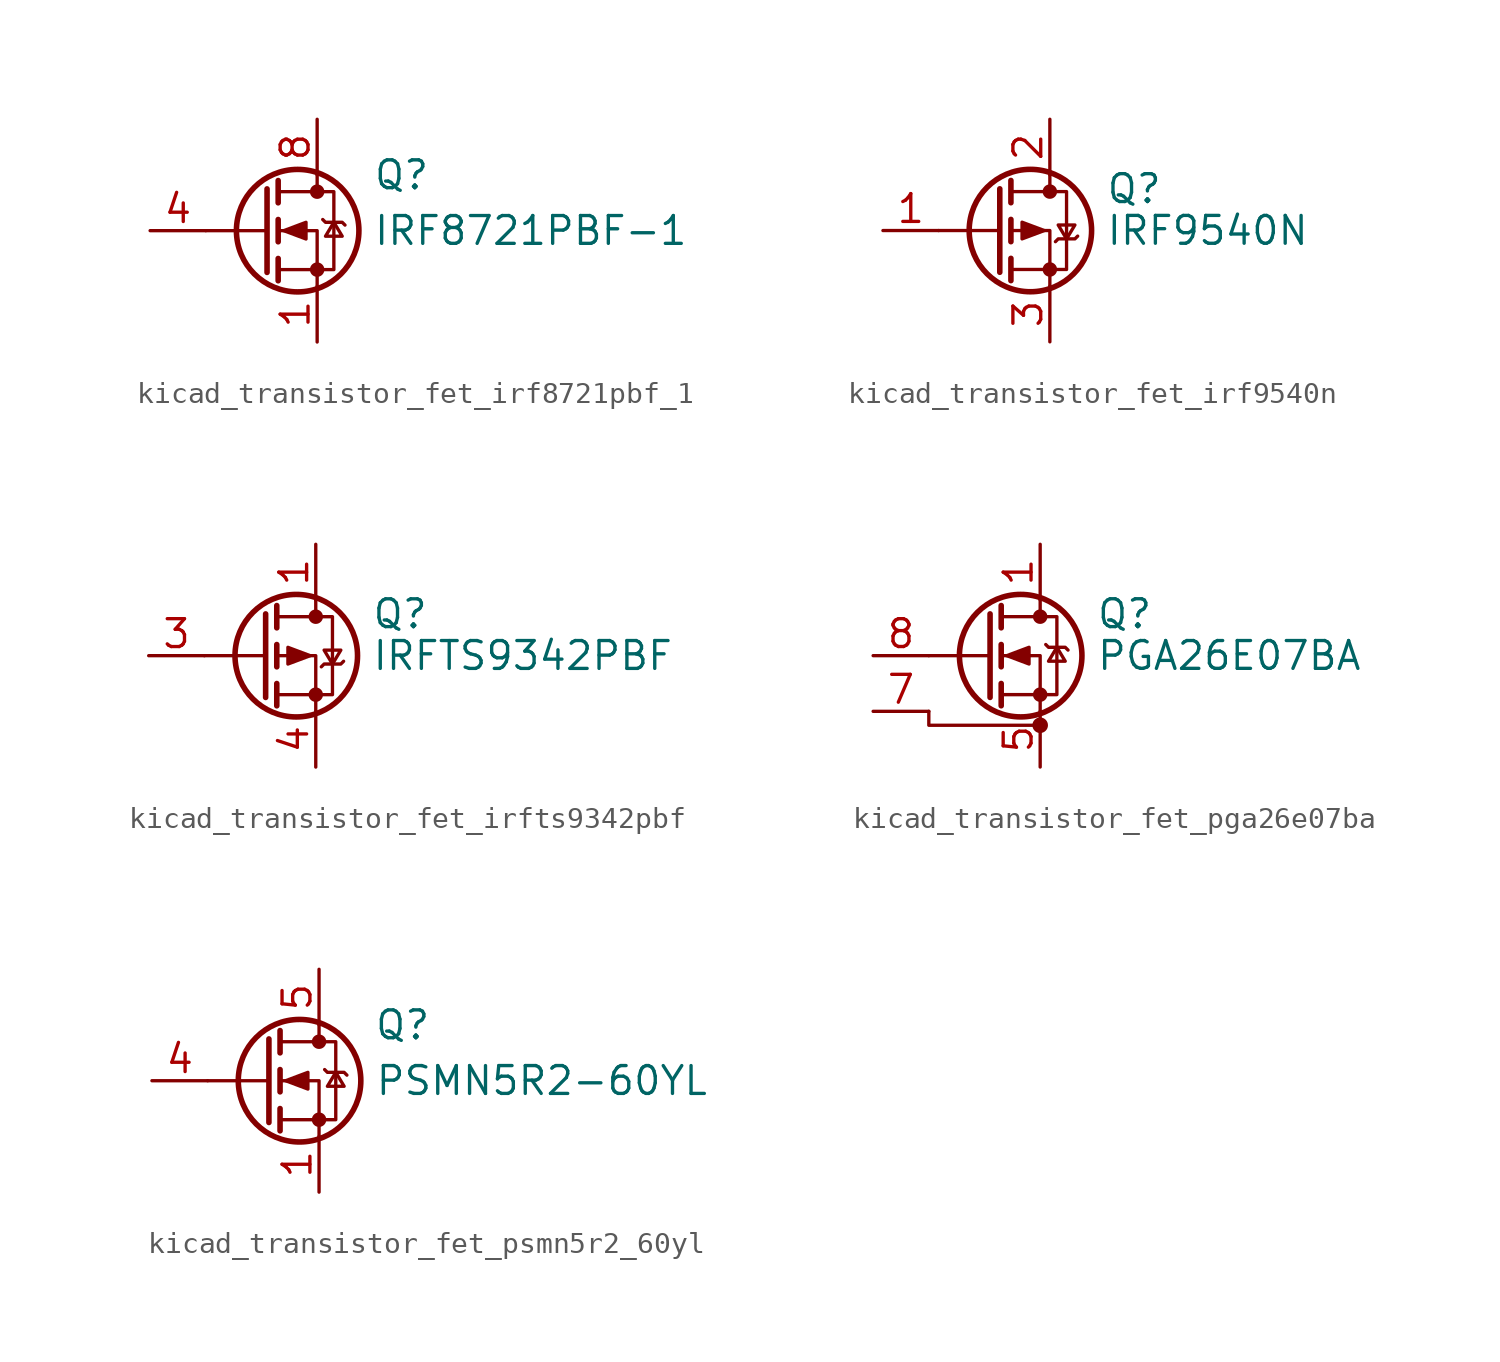
<source format=kicad_sym>
(kicad_symbol_lib
  (version 20220914)
  (generator kicad_symbol_editor)
  (symbol "kicad_transistor_fet_irf8721pbf_1"
    (pin_names hide)
    (property "Reference" "Q"
      (at 5.08 2.54 0)
      (effects (font (size 1.27 1.27)) (justify left)))
    (property "Value" "IRF8721PBF-1"
      (at 5.08 0 0)
      (effects (font (size 1.27 1.27)) (justify left)))
    (symbol "kicad_transistor_fet_irf8721pbf_1_0_1"
      (polyline (pts (xy 0.254 0) (xy -2.54 0)) (stroke (width 0) (type default)) (fill (type none)))
      (polyline (pts (xy 0.254 1.905) (xy 0.254 -1.905)) (stroke (width 0.254) (type default)) (fill (type none)))
      (polyline (pts (xy 0.762 -1.27) (xy 0.762 -2.286)) (stroke (width 0.254) (type default)) (fill (type none)))
      (polyline (pts (xy 0.762 0.508) (xy 0.762 -0.508)) (stroke (width 0.254) (type default)) (fill (type none)))
      (polyline (pts (xy 0.762 2.286) (xy 0.762 1.27)) (stroke (width 0.254) (type default)) (fill (type none)))
      (polyline (pts (xy 2.54 2.54) (xy 2.54 1.778)) (stroke (width 0) (type default)) (fill (type none)))
      (polyline (pts (xy 2.54 -2.54) (xy 2.54 0) (xy 0.762 0)) (stroke (width 0) (type default)) (fill (type none)))
      (polyline (pts (xy 0.762 -1.778) (xy 3.302 -1.778) (xy 3.302 1.778) (xy 0.762 1.778)) (stroke (width 0) (type default)) (fill (type none)))
      (polyline (pts (xy 1.016 0) (xy 2.032 0.381) (xy 2.032 -0.381) (xy 1.016 0)) (stroke (width 0) (type default)) (fill (type outline)))
      (polyline (pts (xy 2.794 0.508) (xy 2.921 0.381) (xy 3.683 0.381) (xy 3.81 0.254)) (stroke (width 0) (type default)) (fill (type none)))
      (polyline (pts (xy 3.302 0.381) (xy 2.921 -0.254) (xy 3.683 -0.254) (xy 3.302 0.381)) (stroke (width 0) (type default)) (fill (type none)))
      (circle (center 1.651 0) (radius 2.794) (stroke (width 0.254) (type default)) (fill (type none)))
      (circle (center 2.54 -1.778) (radius 0.254) (stroke (width 0) (type default)) (fill (type outline)))
      (circle (center 2.54 1.778) (radius 0.254) (stroke (width 0) (type default)) (fill (type outline))))
    (symbol "kicad_transistor_fet_irf8721pbf_1_1_1"
      (pin passive line (at 2.54 -5.08 90) (length 2.54) (name "S" (effects (font (size 1.27 1.27)))) (number "1" (effects (font (size 1.27 1.27)))))
      (pin passive line (at 2.54 -5.08 90) (length 2.54) hide (name "S" (effects (font (size 1.27 1.27)))) (number "2" (effects (font (size 1.27 1.27)))))
      (pin passive line (at 2.54 -5.08 90) (length 2.54) hide (name "S" (effects (font (size 1.27 1.27)))) (number "3" (effects (font (size 1.27 1.27)))))
      (pin input line (at -5.08 0 0) (length 2.54) (name "G" (effects (font (size 1.27 1.27)))) (number "4" (effects (font (size 1.27 1.27)))))
      (pin passive line (at 2.54 5.08 270) (length 2.54) hide (name "D" (effects (font (size 1.27 1.27)))) (number "5" (effects (font (size 1.27 1.27)))))
      (pin passive line (at 2.54 5.08 270) (length 2.54) hide (name "D" (effects (font (size 1.27 1.27)))) (number "6" (effects (font (size 1.27 1.27)))))
      (pin passive line (at 2.54 5.08 270) (length 2.54) hide (name "D" (effects (font (size 1.27 1.27)))) (number "7" (effects (font (size 1.27 1.27)))))
      (pin passive line (at 2.54 5.08 270) (length 2.54) (name "D" (effects (font (size 1.27 1.27)))) (number "8" (effects (font (size 1.27 1.27)))))))
  (symbol "kicad_transistor_fet_irf9540n"
    (pin_names hide)
    (property "Reference" "Q"
      (at 5.08 1.905 0)
      (effects (font (size 1.27 1.27)) (justify left)))
    (property "Value" "IRF9540N"
      (at 5.08 0 0)
      (effects (font (size 1.27 1.27)) (justify left)))
    (symbol "kicad_transistor_fet_irf9540n_0_1"
      (polyline (pts (xy 0.254 0) (xy -2.54 0)) (stroke (width 0) (type default)) (fill (type none)))
      (polyline (pts (xy 0.254 1.905) (xy 0.254 -1.905)) (stroke (width 0.254) (type default)) (fill (type none)))
      (polyline (pts (xy 0.762 -1.27) (xy 0.762 -2.286)) (stroke (width 0.254) (type default)) (fill (type none)))
      (polyline (pts (xy 0.762 0.508) (xy 0.762 -0.508)) (stroke (width 0.254) (type default)) (fill (type none)))
      (polyline (pts (xy 0.762 2.286) (xy 0.762 1.27)) (stroke (width 0.254) (type default)) (fill (type none)))
      (polyline (pts (xy 2.54 2.54) (xy 2.54 1.778)) (stroke (width 0) (type default)) (fill (type none)))
      (polyline (pts (xy 2.54 -2.54) (xy 2.54 0) (xy 0.762 0)) (stroke (width 0) (type default)) (fill (type none)))
      (polyline (pts (xy 0.762 1.778) (xy 3.302 1.778) (xy 3.302 -1.778) (xy 0.762 -1.778)) (stroke (width 0) (type default)) (fill (type none)))
      (polyline (pts (xy 2.286 0) (xy 1.27 0.381) (xy 1.27 -0.381) (xy 2.286 0)) (stroke (width 0) (type default)) (fill (type outline)))
      (polyline (pts (xy 2.794 -0.508) (xy 2.921 -0.381) (xy 3.683 -0.381) (xy 3.81 -0.254)) (stroke (width 0) (type default)) (fill (type none)))
      (polyline (pts (xy 3.302 -0.381) (xy 2.921 0.254) (xy 3.683 0.254) (xy 3.302 -0.381)) (stroke (width 0) (type default)) (fill (type none)))
      (circle (center 1.651 0) (radius 2.794) (stroke (width 0.254) (type default)) (fill (type none)))
      (circle (center 2.54 -1.778) (radius 0.254) (stroke (width 0) (type default)) (fill (type outline)))
      (circle (center 2.54 1.778) (radius 0.254) (stroke (width 0) (type default)) (fill (type outline))))
    (symbol "kicad_transistor_fet_irf9540n_1_1"
      (pin input line (at -5.08 0 0) (length 2.54) (name "G" (effects (font (size 1.27 1.27)))) (number "1" (effects (font (size 1.27 1.27)))))
      (pin passive line (at 2.54 5.08 270) (length 2.54) (name "D" (effects (font (size 1.27 1.27)))) (number "2" (effects (font (size 1.27 1.27)))))
      (pin passive line (at 2.54 -5.08 90) (length 2.54) (name "S" (effects (font (size 1.27 1.27)))) (number "3" (effects (font (size 1.27 1.27)))))))
  (symbol "kicad_transistor_fet_irfts9342pbf"
    (pin_names hide)
    (property "Reference" "Q"
      (at 5.08 1.905 0)
      (effects (font (size 1.27 1.27)) (justify left)))
    (property "Value" "IRFTS9342PBF"
      (at 5.08 0 0)
      (effects (font (size 1.27 1.27)) (justify left)))
    (symbol "kicad_transistor_fet_irfts9342pbf_0_1"
      (polyline (pts (xy 0.254 0) (xy -2.54 0)) (stroke (width 0) (type default)) (fill (type none)))
      (polyline (pts (xy 0.254 1.905) (xy 0.254 -1.905)) (stroke (width 0.254) (type default)) (fill (type none)))
      (polyline (pts (xy 0.762 -1.27) (xy 0.762 -2.286)) (stroke (width 0.254) (type default)) (fill (type none)))
      (polyline (pts (xy 0.762 0.508) (xy 0.762 -0.508)) (stroke (width 0.254) (type default)) (fill (type none)))
      (polyline (pts (xy 0.762 2.286) (xy 0.762 1.27)) (stroke (width 0.254) (type default)) (fill (type none)))
      (polyline (pts (xy 2.54 2.54) (xy 2.54 1.778)) (stroke (width 0) (type default)) (fill (type none)))
      (polyline (pts (xy 2.54 -2.54) (xy 2.54 0) (xy 0.762 0)) (stroke (width 0) (type default)) (fill (type none)))
      (polyline (pts (xy 0.762 1.778) (xy 3.302 1.778) (xy 3.302 -1.778) (xy 0.762 -1.778)) (stroke (width 0) (type default)) (fill (type none)))
      (polyline (pts (xy 2.286 0) (xy 1.27 0.381) (xy 1.27 -0.381) (xy 2.286 0)) (stroke (width 0) (type default)) (fill (type outline)))
      (polyline (pts (xy 2.794 -0.508) (xy 2.921 -0.381) (xy 3.683 -0.381) (xy 3.81 -0.254)) (stroke (width 0) (type default)) (fill (type none)))
      (polyline (pts (xy 3.302 -0.381) (xy 2.921 0.254) (xy 3.683 0.254) (xy 3.302 -0.381)) (stroke (width 0) (type default)) (fill (type none)))
      (circle (center 1.651 0) (radius 2.794) (stroke (width 0.254) (type default)) (fill (type none)))
      (circle (center 2.54 -1.778) (radius 0.254) (stroke (width 0) (type default)) (fill (type outline)))
      (circle (center 2.54 1.778) (radius 0.254) (stroke (width 0) (type default)) (fill (type outline))))
    (symbol "kicad_transistor_fet_irfts9342pbf_1_1"
      (pin passive line (at 2.54 5.08 270) (length 2.54) (name "D" (effects (font (size 1.27 1.27)))) (number "1" (effects (font (size 1.27 1.27)))))
      (pin passive line (at 2.54 5.08 270) (length 2.54) hide (name "D" (effects (font (size 1.27 1.27)))) (number "2" (effects (font (size 1.27 1.27)))))
      (pin input line (at -5.08 0 0) (length 2.54) (name "G" (effects (font (size 1.27 1.27)))) (number "3" (effects (font (size 1.27 1.27)))))
      (pin passive line (at 2.54 -5.08 90) (length 2.54) (name "S" (effects (font (size 1.27 1.27)))) (number "4" (effects (font (size 1.27 1.27)))))
      (pin passive line (at 2.54 5.08 270) (length 2.54) hide (name "D" (effects (font (size 1.27 1.27)))) (number "5" (effects (font (size 1.27 1.27)))))
      (pin passive line (at 2.54 5.08 270) (length 2.54) hide (name "D" (effects (font (size 1.27 1.27)))) (number "6" (effects (font (size 1.27 1.27)))))))
  (symbol "kicad_transistor_fet_pga26e07ba"
    (pin_names hide)
    (property "Reference" "Q"
      (at 5.08 1.905 0)
      (effects (font (size 1.27 1.27)) (justify left)))
    (property "Value" "PGA26E07BA"
      (at 5.08 0 0)
      (effects (font (size 1.27 1.27)) (justify left)))
    (symbol "kicad_transistor_fet_pga26e07ba_0_1"
      (polyline (pts (xy 0.254 0) (xy -2.54 0)) (stroke (width 0) (type default)) (fill (type none)))
      (polyline (pts (xy 0.254 1.905) (xy 0.254 -1.905)) (stroke (width 0.254) (type default)) (fill (type none)))
      (polyline (pts (xy 0.762 -1.27) (xy 0.762 -2.286)) (stroke (width 0.254) (type default)) (fill (type none)))
      (polyline (pts (xy 0.762 0.508) (xy 0.762 -0.508)) (stroke (width 0.254) (type default)) (fill (type none)))
      (polyline (pts (xy 0.762 2.286) (xy 0.762 1.27)) (stroke (width 0.254) (type default)) (fill (type none)))
      (polyline (pts (xy 2.54 2.54) (xy 2.54 1.778)) (stroke (width 0) (type default)) (fill (type none)))
      (polyline (pts (xy -2.54 -2.54) (xy -2.54 -3.175) (xy 2.54 -3.175)) (stroke (width 0) (type default)) (fill (type none)))
      (polyline (pts (xy 2.54 -2.54) (xy 2.54 0) (xy 0.762 0)) (stroke (width 0) (type default)) (fill (type none)))
      (polyline (pts (xy 0.762 -1.778) (xy 3.302 -1.778) (xy 3.302 1.778) (xy 0.762 1.778)) (stroke (width 0) (type default)) (fill (type none)))
      (polyline (pts (xy 1.016 0) (xy 2.032 0.381) (xy 2.032 -0.381) (xy 1.016 0)) (stroke (width 0) (type default)) (fill (type outline)))
      (polyline (pts (xy 2.794 0.508) (xy 2.921 0.381) (xy 3.683 0.381) (xy 3.81 0.254)) (stroke (width 0) (type default)) (fill (type none)))
      (polyline (pts (xy 3.302 0.381) (xy 2.921 -0.254) (xy 3.683 -0.254) (xy 3.302 0.381)) (stroke (width 0) (type default)) (fill (type none)))
      (circle (center 1.651 0) (radius 2.794) (stroke (width 0.254) (type default)) (fill (type none)))
      (circle (center 2.54 -3.175) (radius 0.279) (stroke (width 0) (type default)) (fill (type outline)))
      (circle (center 2.54 -1.778) (radius 0.254) (stroke (width 0) (type default)) (fill (type outline)))
      (circle (center 2.54 1.778) (radius 0.254) (stroke (width 0) (type default)) (fill (type outline))))
    (symbol "kicad_transistor_fet_pga26e07ba_1_1"
      (pin passive line (at 2.54 5.08 270) (length 2.54) (name "D" (effects (font (size 1.27 1.27)))) (number "1" (effects (font (size 1.27 1.27)))))
      (pin passive line (at 2.54 5.08 270) (length 2.54) hide (name "D" (effects (font (size 1.27 1.27)))) (number "2" (effects (font (size 1.27 1.27)))))
      (pin passive line (at 2.54 5.08 270) (length 2.54) hide (name "D" (effects (font (size 1.27 1.27)))) (number "3" (effects (font (size 1.27 1.27)))))
      (pin passive line (at 2.54 5.08 270) (length 2.54) hide (name "D" (effects (font (size 1.27 1.27)))) (number "4" (effects (font (size 1.27 1.27)))))
      (pin passive line (at 2.54 -5.08 90) (length 2.54) (name "S2" (effects (font (size 1.27 1.27)))) (number "5" (effects (font (size 1.27 1.27)))))
      (pin passive line (at 2.54 -5.08 90) (length 2.54) hide (name "S2" (effects (font (size 1.27 1.27)))) (number "6" (effects (font (size 1.27 1.27)))))
      (pin passive line (at -5.08 -2.54 0) (length 2.54) (name "S1" (effects (font (size 1.27 1.27)))) (number "7" (effects (font (size 1.27 1.27)))))
      (pin input line (at -5.08 0 0) (length 2.54) (name "G" (effects (font (size 1.27 1.27)))) (number "8" (effects (font (size 1.27 1.27)))))
      (pin passive line (at 2.54 -5.08 90) (length 2.54) hide (name "S2" (effects (font (size 1.27 1.27)))) (number "9" (effects (font (size 1.27 1.27)))))))
  (symbol "kicad_transistor_fet_psmn5r2_60yl"
    (pin_names hide)
    (property "Reference" "Q"
      (at 6.35 2.54 0)
      (effects (font (size 1.27 1.27))))
    (property "Value" "PSMN5R2-60YL"
      (at 12.7 0 0)
      (effects (font (size 1.27 1.27))))
    (symbol "kicad_transistor_fet_psmn5r2_60yl_0_1"
      (polyline (pts (xy 0.254 0) (xy -2.54 0)) (stroke (width 0) (type default)) (fill (type none)))
      (polyline (pts (xy 0.254 1.905) (xy 0.254 -1.905)) (stroke (width 0.254) (type default)) (fill (type none)))
      (polyline (pts (xy 0.762 -1.27) (xy 0.762 -2.286)) (stroke (width 0.254) (type default)) (fill (type none)))
      (polyline (pts (xy 0.762 0.508) (xy 0.762 -0.508)) (stroke (width 0.254) (type default)) (fill (type none)))
      (polyline (pts (xy 0.762 2.286) (xy 0.762 1.27)) (stroke (width 0.254) (type default)) (fill (type none)))
      (polyline (pts (xy 2.54 2.54) (xy 2.54 1.778)) (stroke (width 0) (type default)) (fill (type none)))
      (polyline (pts (xy 2.54 -2.54) (xy 2.54 0) (xy 0.762 0)) (stroke (width 0) (type default)) (fill (type none)))
      (polyline (pts (xy 0.762 -1.778) (xy 3.302 -1.778) (xy 3.302 1.778) (xy 0.762 1.778)) (stroke (width 0) (type default)) (fill (type none)))
      (polyline (pts (xy 1.016 0) (xy 2.032 0.381) (xy 2.032 -0.381) (xy 1.016 0)) (stroke (width 0) (type default)) (fill (type outline)))
      (polyline (pts (xy 2.794 0.508) (xy 2.921 0.381) (xy 3.683 0.381) (xy 3.81 0.254)) (stroke (width 0) (type default)) (fill (type none)))
      (polyline (pts (xy 3.302 0.381) (xy 2.921 -0.254) (xy 3.683 -0.254) (xy 3.302 0.381)) (stroke (width 0) (type default)) (fill (type none)))
      (circle (center 1.651 0) (radius 2.794) (stroke (width 0.254) (type default)) (fill (type none)))
      (circle (center 2.54 -1.778) (radius 0.254) (stroke (width 0) (type default)) (fill (type outline)))
      (circle (center 2.54 1.778) (radius 0.254) (stroke (width 0) (type default)) (fill (type outline))))
    (symbol "kicad_transistor_fet_psmn5r2_60yl_1_1"
      (pin passive line (at 2.54 -5.08 90) (length 2.54) (name "S" (effects (font (size 1.27 1.27)))) (number "1" (effects (font (size 1.27 1.27)))))
      (pin passive line (at 2.54 -5.08 90) (length 2.54) hide (name "S" (effects (font (size 1.27 1.27)))) (number "2" (effects (font (size 1.27 1.27)))))
      (pin passive line (at 2.54 -5.08 90) (length 2.54) hide (name "S" (effects (font (size 1.27 1.27)))) (number "3" (effects (font (size 1.27 1.27)))))
      (pin passive line (at -5.08 0 0) (length 2.54) (name "G" (effects (font (size 1.27 1.27)))) (number "4" (effects (font (size 1.27 1.27)))))
      (pin passive line (at 2.54 5.08 270) (length 2.54) (name "D" (effects (font (size 1.27 1.27)))) (number "5" (effects (font (size 1.27 1.27))))))))
</source>
